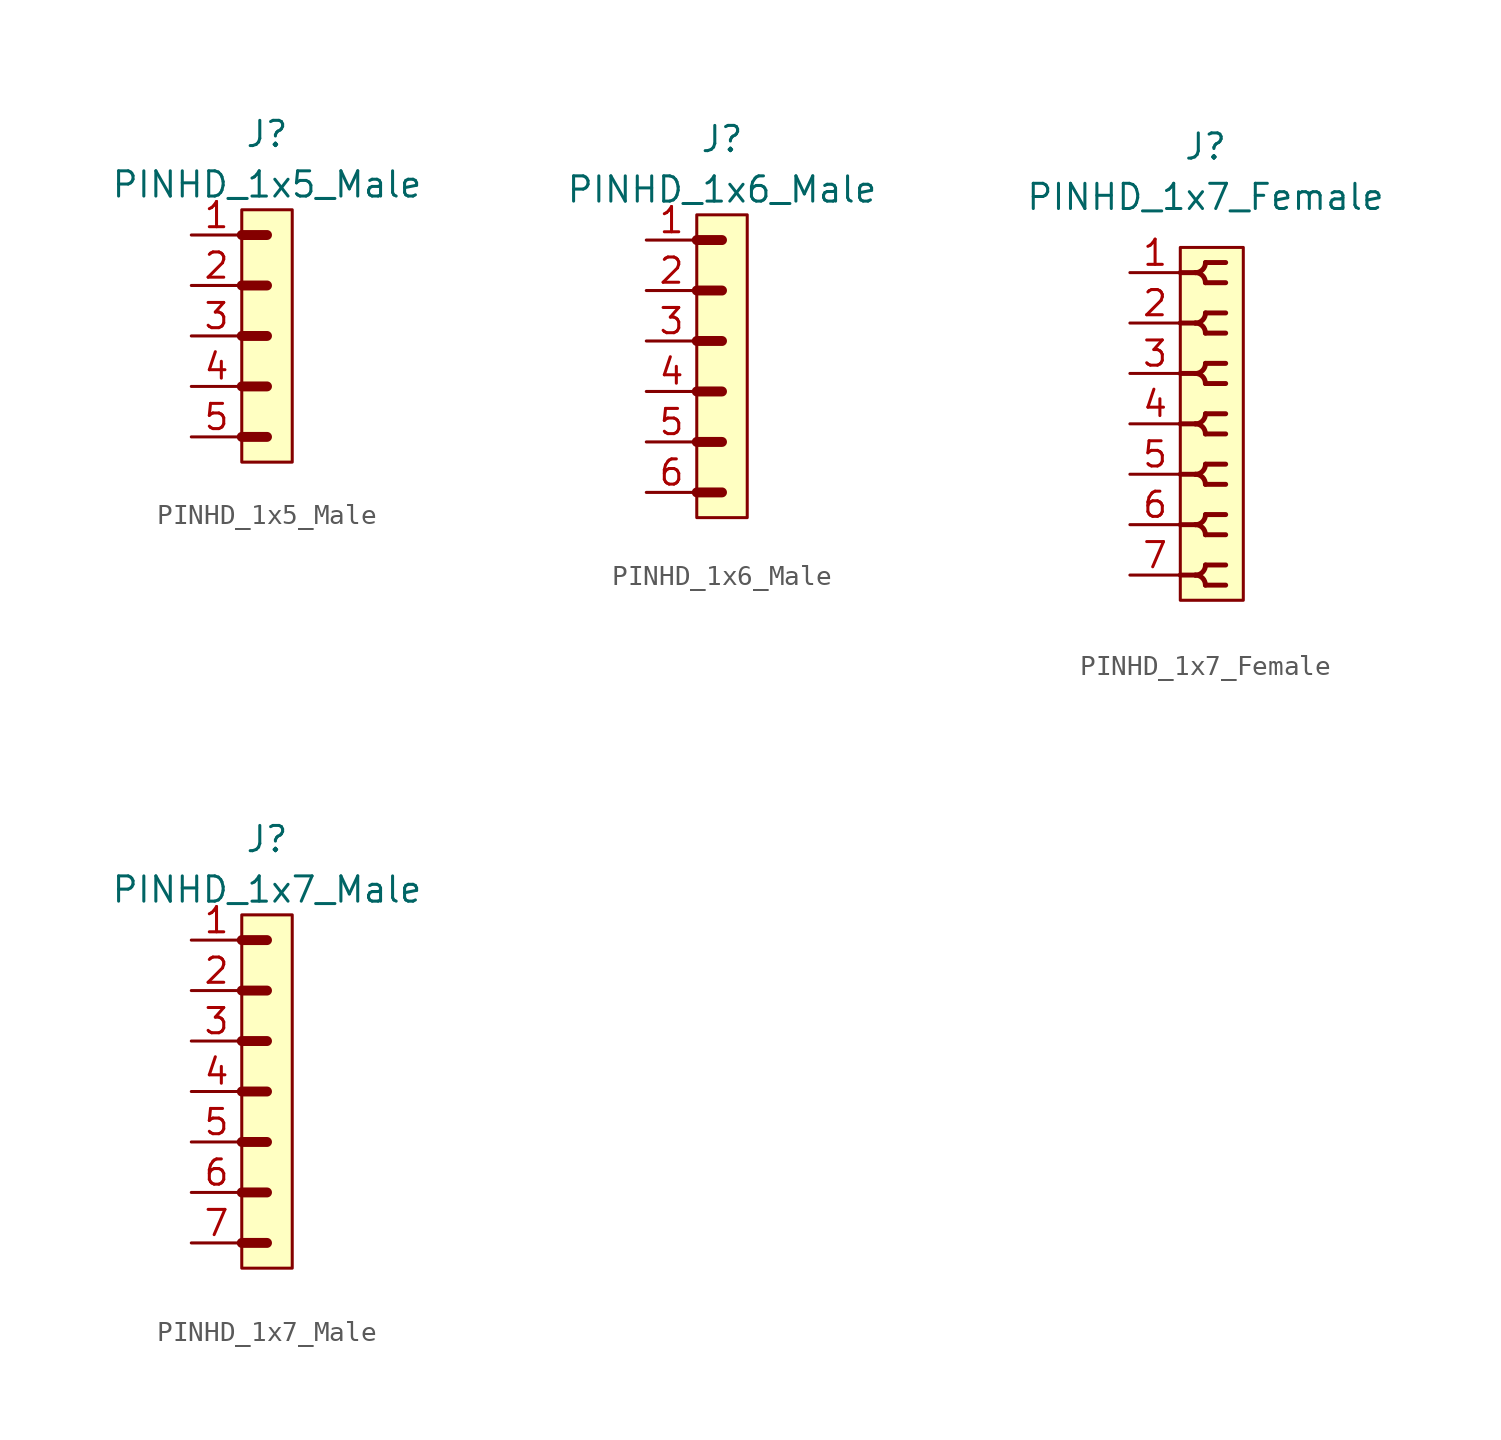
<source format=kicad_sym>
(kicad_symbol_lib
  (version 20211014)
  (generator kicad_symbol_editor)
  (symbol "PINHD_1x5_Male"
    (property "Reference" "J"
      (at 0 10.16 0)
      (effects (font (size 1.27 1.27))))
    (property "Value" "PINHD_1x5_Male"
      (at 0 7.62 0)
      (effects (font (size 1.27 1.27))))
    (symbol "PINHD_1x5_Male_0_1"
      (rectangle (start -1.27 6.35) (end 1.27 -6.35) (stroke (width 0) (type default) (color 0 0 0 0)) (fill (type background)))
      (polyline (pts (xy -1.27 -5.08) (xy 0 -5.08)) (stroke (width 0.3) (type default) (color 0 0 0 0)) (fill (type none)))
      (polyline (pts (xy -1.27 -5.08) (xy 0 -5.08)) (stroke (width 0.5) (type default) (color 0 0 0 0)) (fill (type none)))
      (polyline (pts (xy -1.27 -2.54) (xy 0 -2.54)) (stroke (width 0.3) (type default) (color 0 0 0 0)) (fill (type none)))
      (polyline (pts (xy -1.27 -2.54) (xy 0 -2.54)) (stroke (width 0.5) (type default) (color 0 0 0 0)) (fill (type none)))
      (polyline (pts (xy -1.27 0) (xy 0 0)) (stroke (width 0.3) (type default) (color 0 0 0 0)) (fill (type none)))
      (polyline (pts (xy -1.27 0) (xy 0 0)) (stroke (width 0.5) (type default) (color 0 0 0 0)) (fill (type none)))
      (polyline (pts (xy -1.27 2.54) (xy 0 2.54)) (stroke (width 0.3) (type default) (color 0 0 0 0)) (fill (type none)))
      (polyline (pts (xy -1.27 2.54) (xy 0 2.54)) (stroke (width 0.5) (type default) (color 0 0 0 0)) (fill (type none)))
      (polyline (pts (xy -1.27 5.08) (xy 0 5.08)) (stroke (width 0.3) (type default) (color 0 0 0 0)) (fill (type none)))
      (polyline (pts (xy -1.27 5.08) (xy 0 5.08)) (stroke (width 0.5) (type default) (color 0 0 0 0)) (fill (type none))))
    (symbol "PINHD_1x5_Male_1_1"
      (pin passive line (at -3.81 5.08 0) (length 2.54) (name "" (effects (font (size 1.27 1.27)))) (number "1" (effects (font (size 1.27 1.27)))))
      (pin passive line (at -3.81 2.54 0) (length 2.54) (name "" (effects (font (size 1.27 1.27)))) (number "2" (effects (font (size 1.27 1.27)))))
      (pin passive line (at -3.81 0 0) (length 2.54) (name "" (effects (font (size 1.27 1.27)))) (number "3" (effects (font (size 1.27 1.27)))))
      (pin passive line (at -3.81 -2.54 0) (length 2.54) (name "" (effects (font (size 1.27 1.27)))) (number "4" (effects (font (size 1.27 1.27)))))
      (pin passive line (at -3.81 -5.08 0) (length 2.54) (name "" (effects (font (size 1.27 1.27)))) (number "5" (effects (font (size 1.27 1.27)))))))
  (symbol "PINHD_1x6_Male"
    (property "Reference" "J"
      (at 0 11.43 0)
      (effects (font (size 1.27 1.27))))
    (property "Value" "PINHD_1x6_Male"
      (at 0 8.89 0)
      (effects (font (size 1.27 1.27))))
    (symbol "PINHD_1x6_Male_0_1"
      (rectangle (start -1.27 7.62) (end 1.27 -7.62) (stroke (width 0) (type default) (color 0 0 0 0)) (fill (type background)))
      (polyline (pts (xy -1.27 -6.35) (xy 0 -6.35)) (stroke (width 0.3) (type default) (color 0 0 0 0)) (fill (type none)))
      (polyline (pts (xy -1.27 -6.35) (xy 0 -6.35)) (stroke (width 0.5) (type default) (color 0 0 0 0)) (fill (type none)))
      (polyline (pts (xy -1.27 -3.81) (xy 0 -3.81)) (stroke (width 0.3) (type default) (color 0 0 0 0)) (fill (type none)))
      (polyline (pts (xy -1.27 -3.81) (xy 0 -3.81)) (stroke (width 0.5) (type default) (color 0 0 0 0)) (fill (type none)))
      (polyline (pts (xy -1.27 -1.27) (xy 0 -1.27)) (stroke (width 0.3) (type default) (color 0 0 0 0)) (fill (type none)))
      (polyline (pts (xy -1.27 -1.27) (xy 0 -1.27)) (stroke (width 0.5) (type default) (color 0 0 0 0)) (fill (type none)))
      (polyline (pts (xy -1.27 1.27) (xy 0 1.27)) (stroke (width 0.3) (type default) (color 0 0 0 0)) (fill (type none)))
      (polyline (pts (xy -1.27 1.27) (xy 0 1.27)) (stroke (width 0.5) (type default) (color 0 0 0 0)) (fill (type none)))
      (polyline (pts (xy -1.27 3.81) (xy 0 3.81)) (stroke (width 0.3) (type default) (color 0 0 0 0)) (fill (type none)))
      (polyline (pts (xy -1.27 3.81) (xy 0 3.81)) (stroke (width 0.5) (type default) (color 0 0 0 0)) (fill (type none)))
      (polyline (pts (xy -1.27 6.35) (xy 0 6.35)) (stroke (width 0.3) (type default) (color 0 0 0 0)) (fill (type none)))
      (polyline (pts (xy -1.27 6.35) (xy 0 6.35)) (stroke (width 0.5) (type default) (color 0 0 0 0)) (fill (type none))))
    (symbol "PINHD_1x6_Male_1_1"
      (pin passive line (at -3.81 6.35 0) (length 2.54) (name "" (effects (font (size 1.27 1.27)))) (number "1" (effects (font (size 1.27 1.27)))))
      (pin passive line (at -3.81 3.81 0) (length 2.54) (name "" (effects (font (size 1.27 1.27)))) (number "2" (effects (font (size 1.27 1.27)))))
      (pin passive line (at -3.81 1.27 0) (length 2.54) (name "" (effects (font (size 1.27 1.27)))) (number "3" (effects (font (size 1.27 1.27)))))
      (pin passive line (at -3.81 -1.27 0) (length 2.54) (name "" (effects (font (size 1.27 1.27)))) (number "4" (effects (font (size 1.27 1.27)))))
      (pin passive line (at -3.81 -3.81 0) (length 2.54) (name "" (effects (font (size 1.27 1.27)))) (number "5" (effects (font (size 1.27 1.27)))))
      (pin passive line (at -3.81 -6.35 0) (length 2.54) (name "" (effects (font (size 1.27 1.27)))) (number "6" (effects (font (size 1.27 1.27)))))))
  (symbol "PINHD_1x7_Female"
    (property "Reference" "J"
      (at 0 13.97 0)
      (effects (font (size 1.27 1.27))))
    (property "Value" "PINHD_1x7_Female"
      (at 0 11.43 0)
      (effects (font (size 1.27 1.27))))
    (symbol "PINHD_1x7_Female_0_1"
      (rectangle (start -1.27 8.89) (end 1.905 -8.89) (stroke (width 0) (type default) (color 0 0 0 0)) (fill (type background)))
      (arc (start -0.508 -7.62) (mid 0.3592 -7.9792) (end 0 -7.112) (stroke (width 0.25) (type default) (color 0 0 0 0)) (fill (type none)))
      (arc (start -0.508 -5.08) (mid 0.3592 -5.4392) (end 0 -4.572) (stroke (width 0.25) (type default) (color 0 0 0 0)) (fill (type none)))
      (arc (start -0.508 -2.54) (mid 0.3592 -2.8992) (end 0 -2.032) (stroke (width 0.25) (type default) (color 0 0 0 0)) (fill (type none)))
      (arc (start -0.508 0) (mid 0.3592 -0.3592) (end 0 0.508) (stroke (width 0.25) (type default) (color 0 0 0 0)) (fill (type none)))
      (arc (start -0.508 2.54) (mid 0.3592 2.1808) (end 0 3.048) (stroke (width 0.25) (type default) (color 0 0 0 0)) (fill (type none)))
      (arc (start -0.508 5.08) (mid 0.3592 4.7208) (end 0 5.588) (stroke (width 0.25) (type default) (color 0 0 0 0)) (fill (type none)))
      (arc (start -0.508 7.62) (mid 0.3592 7.2608) (end 0 8.128) (stroke (width 0.25) (type default) (color 0 0 0 0)) (fill (type none)))
      (arc (start 0 -8.128) (mid 0.3592 -7.2608) (end -0.508 -7.62) (stroke (width 0.25) (type default) (color 0 0 0 0)) (fill (type none)))
      (arc (start 0 -5.588) (mid 0.3592 -4.7208) (end -0.508 -5.08) (stroke (width 0.25) (type default) (color 0 0 0 0)) (fill (type none)))
      (arc (start 0 -3.048) (mid 0.3592 -2.1808) (end -0.508 -2.54) (stroke (width 0.25) (type default) (color 0 0 0 0)) (fill (type none)))
      (arc (start 0 -0.508) (mid 0.3592 0.3592) (end -0.508 0) (stroke (width 0.25) (type default) (color 0 0 0 0)) (fill (type none)))
      (polyline (pts (xy -1.27 -7.62) (xy -0.508 -7.62)) (stroke (width 0.25) (type default) (color 0 0 0 0)) (fill (type none)))
      (polyline (pts (xy -1.27 -5.08) (xy -0.508 -5.08)) (stroke (width 0.25) (type default) (color 0 0 0 0)) (fill (type none)))
      (polyline (pts (xy -1.27 -2.54) (xy -0.508 -2.54)) (stroke (width 0.25) (type default) (color 0 0 0 0)) (fill (type none)))
      (polyline (pts (xy -1.27 0) (xy -0.508 0)) (stroke (width 0.25) (type default) (color 0 0 0 0)) (fill (type none)))
      (polyline (pts (xy -1.27 2.54) (xy -0.508 2.54)) (stroke (width 0.25) (type default) (color 0 0 0 0)) (fill (type none)))
      (polyline (pts (xy -1.27 5.08) (xy -0.508 5.08)) (stroke (width 0.25) (type default) (color 0 0 0 0)) (fill (type none)))
      (polyline (pts (xy -1.27 7.62) (xy -0.508 7.62)) (stroke (width 0.25) (type default) (color 0 0 0 0)) (fill (type none)))
      (polyline (pts (xy 0 -8.128) (xy 1.016 -8.128)) (stroke (width 0.25) (type default) (color 0 0 0 0)) (fill (type none)))
      (polyline (pts (xy 0 -7.112) (xy 1.016 -7.112)) (stroke (width 0.25) (type default) (color 0 0 0 0)) (fill (type none)))
      (polyline (pts (xy 0 -5.588) (xy 1.016 -5.588)) (stroke (width 0.25) (type default) (color 0 0 0 0)) (fill (type none)))
      (polyline (pts (xy 0 -4.572) (xy 1.016 -4.572)) (stroke (width 0.25) (type default) (color 0 0 0 0)) (fill (type none)))
      (polyline (pts (xy 0 -3.048) (xy 1.016 -3.048)) (stroke (width 0.25) (type default) (color 0 0 0 0)) (fill (type none)))
      (polyline (pts (xy 0 -2.032) (xy 1.016 -2.032)) (stroke (width 0.25) (type default) (color 0 0 0 0)) (fill (type none)))
      (polyline (pts (xy 0 -0.508) (xy 1.016 -0.508)) (stroke (width 0.25) (type default) (color 0 0 0 0)) (fill (type none)))
      (polyline (pts (xy 0 0.508) (xy 1.016 0.508)) (stroke (width 0.25) (type default) (color 0 0 0 0)) (fill (type none)))
      (polyline (pts (xy 0 2.032) (xy 1.016 2.032)) (stroke (width 0.25) (type default) (color 0 0 0 0)) (fill (type none)))
      (polyline (pts (xy 0 3.048) (xy 1.016 3.048)) (stroke (width 0.25) (type default) (color 0 0 0 0)) (fill (type none)))
      (polyline (pts (xy 0 4.572) (xy 1.016 4.572)) (stroke (width 0.25) (type default) (color 0 0 0 0)) (fill (type none)))
      (polyline (pts (xy 0 5.588) (xy 1.016 5.588)) (stroke (width 0.25) (type default) (color 0 0 0 0)) (fill (type none)))
      (polyline (pts (xy 0 7.112) (xy 1.016 7.112)) (stroke (width 0.25) (type default) (color 0 0 0 0)) (fill (type none)))
      (polyline (pts (xy 0 8.128) (xy 1.016 8.128)) (stroke (width 0.25) (type default) (color 0 0 0 0)) (fill (type none)))
      (arc (start 0 2.032) (mid 0.3592 2.8992) (end -0.508 2.54) (stroke (width 0.25) (type default) (color 0 0 0 0)) (fill (type none)))
      (arc (start 0 4.572) (mid 0.3592 5.4392) (end -0.508 5.08) (stroke (width 0.25) (type default) (color 0 0 0 0)) (fill (type none)))
      (arc (start 0 7.112) (mid 0.3592 7.9792) (end -0.508 7.62) (stroke (width 0.25) (type default) (color 0 0 0 0)) (fill (type none))))
    (symbol "PINHD_1x7_Female_1_1"
      (pin passive line (at -3.81 7.62 0) (length 2.54) (name "" (effects (font (size 1.27 1.27)))) (number "1" (effects (font (size 1.27 1.27)))))
      (pin passive line (at -3.81 5.08 0) (length 2.54) (name "" (effects (font (size 1.27 1.27)))) (number "2" (effects (font (size 1.27 1.27)))))
      (pin passive line (at -3.81 2.54 0) (length 2.54) (name "" (effects (font (size 1.27 1.27)))) (number "3" (effects (font (size 1.27 1.27)))))
      (pin passive line (at -3.81 0 0) (length 2.54) (name "" (effects (font (size 1.27 1.27)))) (number "4" (effects (font (size 1.27 1.27)))))
      (pin passive line (at -3.81 -2.54 0) (length 2.54) (name "" (effects (font (size 1.27 1.27)))) (number "5" (effects (font (size 1.27 1.27)))))
      (pin passive line (at -3.81 -5.08 0) (length 2.54) (name "" (effects (font (size 1.27 1.27)))) (number "6" (effects (font (size 1.27 1.27)))))
      (pin passive line (at -3.81 -7.62 0) (length 2.54) (name "" (effects (font (size 1.27 1.27)))) (number "7" (effects (font (size 1.27 1.27)))))))
  (symbol "PINHD_1x7_Male"
    (property "Reference" "J"
      (at 0 12.7 0)
      (effects (font (size 1.27 1.27))))
    (property "Value" "PINHD_1x7_Male"
      (at 0 10.16 0)
      (effects (font (size 1.27 1.27))))
    (symbol "PINHD_1x7_Male_0_1"
      (rectangle (start -1.27 8.89) (end 1.27 -8.89) (stroke (width 0) (type default) (color 0 0 0 0)) (fill (type background)))
      (polyline (pts (xy -1.27 -7.62) (xy 0 -7.62)) (stroke (width 0.3) (type default) (color 0 0 0 0)) (fill (type none)))
      (polyline (pts (xy -1.27 -7.62) (xy 0 -7.62)) (stroke (width 0.5) (type default) (color 0 0 0 0)) (fill (type none)))
      (polyline (pts (xy -1.27 -5.08) (xy 0 -5.08)) (stroke (width 0.3) (type default) (color 0 0 0 0)) (fill (type none)))
      (polyline (pts (xy -1.27 -5.08) (xy 0 -5.08)) (stroke (width 0.5) (type default) (color 0 0 0 0)) (fill (type none)))
      (polyline (pts (xy -1.27 -2.54) (xy 0 -2.54)) (stroke (width 0.3) (type default) (color 0 0 0 0)) (fill (type none)))
      (polyline (pts (xy -1.27 -2.54) (xy 0 -2.54)) (stroke (width 0.5) (type default) (color 0 0 0 0)) (fill (type none)))
      (polyline (pts (xy -1.27 0) (xy 0 0)) (stroke (width 0.3) (type default) (color 0 0 0 0)) (fill (type none)))
      (polyline (pts (xy -1.27 0) (xy 0 0)) (stroke (width 0.5) (type default) (color 0 0 0 0)) (fill (type none)))
      (polyline (pts (xy -1.27 2.54) (xy 0 2.54)) (stroke (width 0.3) (type default) (color 0 0 0 0)) (fill (type none)))
      (polyline (pts (xy -1.27 2.54) (xy 0 2.54)) (stroke (width 0.5) (type default) (color 0 0 0 0)) (fill (type none)))
      (polyline (pts (xy -1.27 5.08) (xy 0 5.08)) (stroke (width 0.3) (type default) (color 0 0 0 0)) (fill (type none)))
      (polyline (pts (xy -1.27 5.08) (xy 0 5.08)) (stroke (width 0.5) (type default) (color 0 0 0 0)) (fill (type none)))
      (polyline (pts (xy -1.27 7.62) (xy 0 7.62)) (stroke (width 0.3) (type default) (color 0 0 0 0)) (fill (type none)))
      (polyline (pts (xy -1.27 7.62) (xy 0 7.62)) (stroke (width 0.5) (type default) (color 0 0 0 0)) (fill (type none))))
    (symbol "PINHD_1x7_Male_1_1"
      (pin passive line (at -3.81 7.62 0) (length 2.54) (name "" (effects (font (size 1.27 1.27)))) (number "1" (effects (font (size 1.27 1.27)))))
      (pin passive line (at -3.81 5.08 0) (length 2.54) (name "" (effects (font (size 1.27 1.27)))) (number "2" (effects (font (size 1.27 1.27)))))
      (pin passive line (at -3.81 2.54 0) (length 2.54) (name "" (effects (font (size 1.27 1.27)))) (number "3" (effects (font (size 1.27 1.27)))))
      (pin passive line (at -3.81 0 0) (length 2.54) (name "" (effects (font (size 1.27 1.27)))) (number "4" (effects (font (size 1.27 1.27)))))
      (pin passive line (at -3.81 -2.54 0) (length 2.54) (name "" (effects (font (size 1.27 1.27)))) (number "5" (effects (font (size 1.27 1.27)))))
      (pin passive line (at -3.81 -5.08 0) (length 2.54) (name "" (effects (font (size 1.27 1.27)))) (number "6" (effects (font (size 1.27 1.27)))))
      (pin passive line (at -3.81 -7.62 0) (length 2.54) (name "" (effects (font (size 1.27 1.27)))) (number "7" (effects (font (size 1.27 1.27))))))))
</source>
